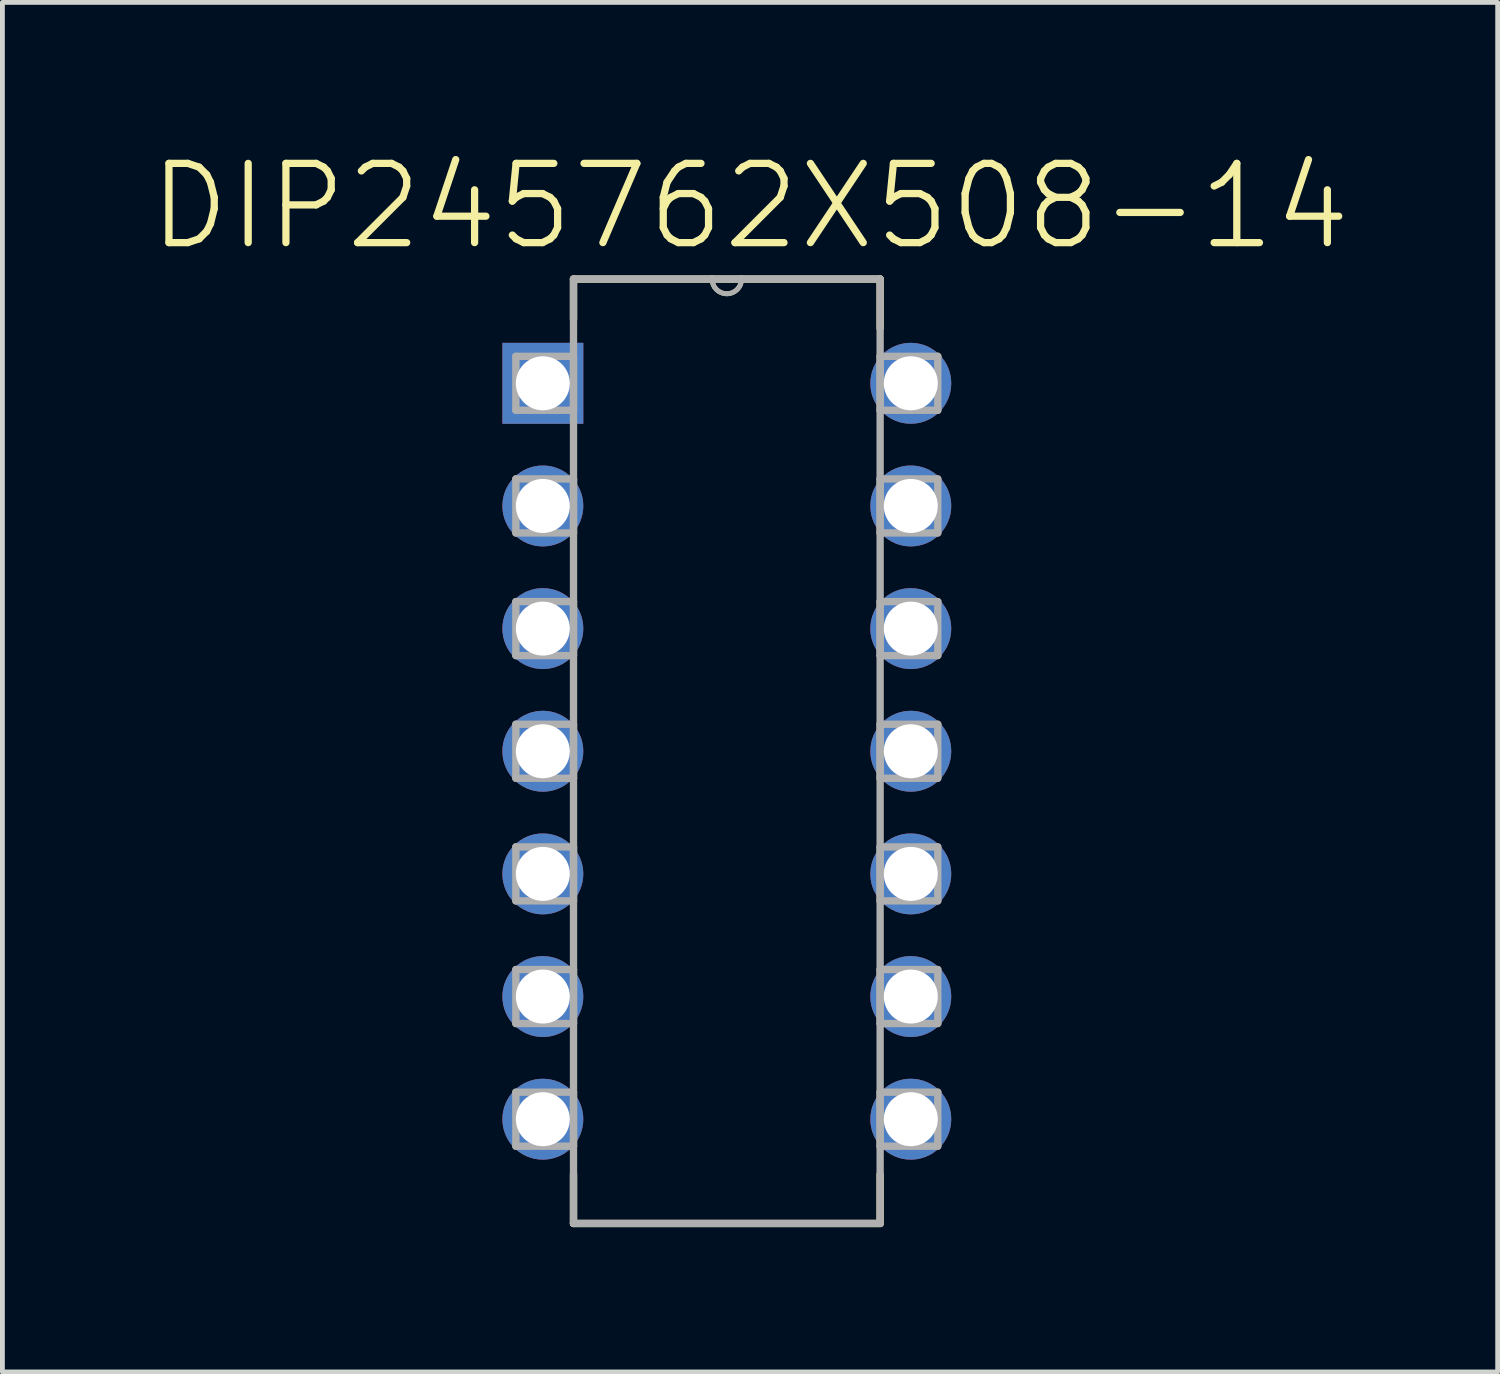
<source format=kicad_pcb>
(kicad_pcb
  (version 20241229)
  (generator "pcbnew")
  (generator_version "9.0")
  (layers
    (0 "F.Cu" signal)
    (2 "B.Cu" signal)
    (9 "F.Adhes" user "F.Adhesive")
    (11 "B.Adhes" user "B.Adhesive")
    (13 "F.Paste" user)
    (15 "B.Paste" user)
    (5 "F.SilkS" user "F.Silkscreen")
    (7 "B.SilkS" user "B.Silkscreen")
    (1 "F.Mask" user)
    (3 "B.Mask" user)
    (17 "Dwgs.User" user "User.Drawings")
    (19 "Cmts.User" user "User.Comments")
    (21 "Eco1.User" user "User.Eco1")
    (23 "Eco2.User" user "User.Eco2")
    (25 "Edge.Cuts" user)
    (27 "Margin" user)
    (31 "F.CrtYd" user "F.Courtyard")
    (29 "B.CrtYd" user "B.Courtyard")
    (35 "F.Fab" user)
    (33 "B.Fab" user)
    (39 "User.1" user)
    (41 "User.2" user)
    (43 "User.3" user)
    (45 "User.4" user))
  (footprint "DIP245762X508-14"
    (layer "F.Cu")
    (at 15.812 20.128)
    (property "Reference" "DIP245762X508-14" (at -3.329 -18.905 0) (layer "F.SilkS") (effects (font (size 1.641 1.641) (thickness 0.15))))
    (attr through_hole)
    (fp_line (start -6.985 -17.399) (end -6.985 -16.561) (stroke (width 0.152) (type solid)) (layer "F.SilkS"))
    (fp_line (start -6.985 1.143) (end -6.985 2.159) (stroke (width 0.152) (type solid)) (layer "F.SilkS"))
    (fp_line (start -6.985 2.159) (end -0.635 2.159) (stroke (width 0.152) (type solid)) (layer "F.SilkS"))
    (fp_line (start -4.115 -17.399) (end -6.985 -17.399) (stroke (width 0.152) (type solid)) (layer "F.SilkS"))
    (fp_line (start -3.505 -17.399) (end -4.115 -17.399) (stroke (width 0.152) (type solid)) (layer "F.SilkS"))
    (fp_line (start -0.635 -17.399) (end -3.505 -17.399) (stroke (width 0.152) (type solid)) (layer "F.SilkS"))
    (fp_line (start -0.635 -16.383) (end -0.635 -17.399) (stroke (width 0.152) (type solid)) (layer "F.SilkS"))
    (fp_line (start -0.635 2.159) (end -0.635 1.143) (stroke (width 0.152) (type solid)) (layer "F.SilkS"))
    (fp_arc (start -3.5052 -17.399) (mid -3.81 -17.0942) (end -4.1148 -17.399) (stroke (width 0.1) (type solid)) (layer "F.SilkS"))
    (fp_line (start -8.179 -15.799) (end -8.179 -14.681) (stroke (width 0.152) (type solid)) (layer "F.Fab"))
    (fp_line (start -8.179 -14.681) (end -6.985 -14.681) (stroke (width 0.152) (type solid)) (layer "F.Fab"))
    (fp_line (start -8.179 -13.259) (end -8.179 -12.141) (stroke (width 0.152) (type solid)) (layer "F.Fab"))
    (fp_line (start -8.179 -12.141) (end -6.985 -12.141) (stroke (width 0.152) (type solid)) (layer "F.Fab"))
    (fp_line (start -8.179 -10.719) (end -8.179 -9.601) (stroke (width 0.152) (type solid)) (layer "F.Fab"))
    (fp_line (start -8.179 -9.601) (end -6.985 -9.601) (stroke (width 0.152) (type solid)) (layer "F.Fab"))
    (fp_line (start -8.179 -8.179) (end -8.179 -7.061) (stroke (width 0.152) (type solid)) (layer "F.Fab"))
    (fp_line (start -8.179 -7.061) (end -6.985 -7.061) (stroke (width 0.152) (type solid)) (layer "F.Fab"))
    (fp_line (start -8.179 -5.639) (end -8.179 -4.521) (stroke (width 0.152) (type solid)) (layer "F.Fab"))
    (fp_line (start -8.179 -4.521) (end -6.985 -4.521) (stroke (width 0.152) (type solid)) (layer "F.Fab"))
    (fp_line (start -8.179 -3.099) (end -8.179 -1.981) (stroke (width 0.152) (type solid)) (layer "F.Fab"))
    (fp_line (start -8.179 -1.981) (end -6.985 -1.981) (stroke (width 0.152) (type solid)) (layer "F.Fab"))
    (fp_line (start -8.179 -0.559) (end -8.179 0.559) (stroke (width 0.152) (type solid)) (layer "F.Fab"))
    (fp_line (start -8.179 0.559) (end -6.985 0.559) (stroke (width 0.152) (type solid)) (layer "F.Fab"))
    (fp_line (start -6.985 -17.399) (end -6.985 2.159) (stroke (width 0.152) (type solid)) (layer "F.Fab"))
    (fp_line (start -6.985 -15.799) (end -8.179 -15.799) (stroke (width 0.152) (type solid)) (layer "F.Fab"))
    (fp_line (start -6.985 -14.681) (end -6.985 -15.799) (stroke (width 0.152) (type solid)) (layer "F.Fab"))
    (fp_line (start -6.985 -13.259) (end -8.179 -13.259) (stroke (width 0.152) (type solid)) (layer "F.Fab"))
    (fp_line (start -6.985 -12.141) (end -6.985 -13.259) (stroke (width 0.152) (type solid)) (layer "F.Fab"))
    (fp_line (start -6.985 -10.719) (end -8.179 -10.719) (stroke (width 0.152) (type solid)) (layer "F.Fab"))
    (fp_line (start -6.985 -9.601) (end -6.985 -10.719) (stroke (width 0.152) (type solid)) (layer "F.Fab"))
    (fp_line (start -6.985 -8.179) (end -8.179 -8.179) (stroke (width 0.152) (type solid)) (layer "F.Fab"))
    (fp_line (start -6.985 -7.061) (end -6.985 -8.179) (stroke (width 0.152) (type solid)) (layer "F.Fab"))
    (fp_line (start -6.985 -5.639) (end -8.179 -5.639) (stroke (width 0.152) (type solid)) (layer "F.Fab"))
    (fp_line (start -6.985 -4.521) (end -6.985 -5.639) (stroke (width 0.152) (type solid)) (layer "F.Fab"))
    (fp_line (start -6.985 -3.099) (end -8.179 -3.099) (stroke (width 0.152) (type solid)) (layer "F.Fab"))
    (fp_line (start -6.985 -1.981) (end -6.985 -3.099) (stroke (width 0.152) (type solid)) (layer "F.Fab"))
    (fp_line (start -6.985 -0.559) (end -8.179 -0.559) (stroke (width 0.152) (type solid)) (layer "F.Fab"))
    (fp_line (start -6.985 0.559) (end -6.985 -0.559) (stroke (width 0.152) (type solid)) (layer "F.Fab"))
    (fp_line (start -6.985 2.159) (end -0.635 2.159) (stroke (width 0.152) (type solid)) (layer "F.Fab"))
    (fp_line (start -4.115 -17.399) (end -6.985 -17.399) (stroke (width 0.152) (type solid)) (layer "F.Fab"))
    (fp_line (start -3.505 -17.399) (end -4.115 -17.399) (stroke (width 0.152) (type solid)) (layer "F.Fab"))
    (fp_line (start -0.635 -17.399) (end -3.505 -17.399) (stroke (width 0.152) (type solid)) (layer "F.Fab"))
    (fp_line (start -0.635 -15.799) (end -0.635 -14.681) (stroke (width 0.152) (type solid)) (layer "F.Fab"))
    (fp_line (start -0.635 -14.681) (end 0.559 -14.681) (stroke (width 0.152) (type solid)) (layer "F.Fab"))
    (fp_line (start -0.635 -13.259) (end -0.635 -12.141) (stroke (width 0.152) (type solid)) (layer "F.Fab"))
    (fp_line (start -0.635 -12.141) (end 0.559 -12.141) (stroke (width 0.152) (type solid)) (layer "F.Fab"))
    (fp_line (start -0.635 -10.719) (end -0.635 -9.601) (stroke (width 0.152) (type solid)) (layer "F.Fab"))
    (fp_line (start -0.635 -9.601) (end 0.559 -9.601) (stroke (width 0.152) (type solid)) (layer "F.Fab"))
    (fp_line (start -0.635 -8.179) (end -0.635 -7.061) (stroke (width 0.152) (type solid)) (layer "F.Fab"))
    (fp_line (start -0.635 -7.061) (end 0.559 -7.061) (stroke (width 0.152) (type solid)) (layer "F.Fab"))
    (fp_line (start -0.635 -5.639) (end -0.635 -4.521) (stroke (width 0.152) (type solid)) (layer "F.Fab"))
    (fp_line (start -0.635 -4.521) (end 0.559 -4.521) (stroke (width 0.152) (type solid)) (layer "F.Fab"))
    (fp_line (start -0.635 -3.099) (end -0.635 -1.981) (stroke (width 0.152) (type solid)) (layer "F.Fab"))
    (fp_line (start -0.635 -1.981) (end 0.559 -1.981) (stroke (width 0.152) (type solid)) (layer "F.Fab"))
    (fp_line (start -0.635 -0.559) (end -0.635 0.559) (stroke (width 0.152) (type solid)) (layer "F.Fab"))
    (fp_line (start -0.635 0.559) (end 0.559 0.559) (stroke (width 0.152) (type solid)) (layer "F.Fab"))
    (fp_line (start -0.635 2.159) (end -0.635 -17.399) (stroke (width 0.152) (type solid)) (layer "F.Fab"))
    (fp_line (start 0.559 -15.799) (end -0.635 -15.799) (stroke (width 0.152) (type solid)) (layer "F.Fab"))
    (fp_line (start 0.559 -14.681) (end 0.559 -15.799) (stroke (width 0.152) (type solid)) (layer "F.Fab"))
    (fp_line (start 0.559 -13.259) (end -0.635 -13.259) (stroke (width 0.152) (type solid)) (layer "F.Fab"))
    (fp_line (start 0.559 -12.141) (end 0.559 -13.259) (stroke (width 0.152) (type solid)) (layer "F.Fab"))
    (fp_line (start 0.559 -10.719) (end -0.635 -10.719) (stroke (width 0.152) (type solid)) (layer "F.Fab"))
    (fp_line (start 0.559 -9.601) (end 0.559 -10.719) (stroke (width 0.152) (type solid)) (layer "F.Fab"))
    (fp_line (start 0.559 -8.179) (end -0.635 -8.179) (stroke (width 0.152) (type solid)) (layer "F.Fab"))
    (fp_line (start 0.559 -7.061) (end 0.559 -8.179) (stroke (width 0.152) (type solid)) (layer "F.Fab"))
    (fp_line (start 0.559 -5.639) (end -0.635 -5.639) (stroke (width 0.152) (type solid)) (layer "F.Fab"))
    (fp_line (start 0.559 -4.521) (end 0.559 -5.639) (stroke (width 0.152) (type solid)) (layer "F.Fab"))
    (fp_line (start 0.559 -3.099) (end -0.635 -3.099) (stroke (width 0.152) (type solid)) (layer "F.Fab"))
    (fp_line (start 0.559 -1.981) (end 0.559 -3.099) (stroke (width 0.152) (type solid)) (layer "F.Fab"))
    (fp_line (start 0.559 -0.559) (end -0.635 -0.559) (stroke (width 0.152) (type solid)) (layer "F.Fab"))
    (fp_line (start 0.559 0.559) (end 0.559 -0.559) (stroke (width 0.152) (type solid)) (layer "F.Fab"))
    (fp_arc (start -3.5052 -17.399) (mid -3.81 -17.0942) (end -4.1148 -17.399) (stroke (width 0.1) (type solid)) (layer "F.Fab"))
    (pad "1" thru_hole rect (at -7.62 -15.24) (size 1.676 1.676) (drill 1.118) (layers "*.Cu" "*.Mask"))
    (pad "2" thru_hole circle (at -7.62 -12.7) (size 1.676 1.676) (drill 1.118) (layers "*.Cu" "*.Mask"))
    (pad "3" thru_hole circle (at -7.62 -10.16) (size 1.676 1.676) (drill 1.118) (layers "*.Cu" "*.Mask"))
    (pad "4" thru_hole circle (at -7.62 -7.62) (size 1.676 1.676) (drill 1.118) (layers "*.Cu" "*.Mask"))
    (pad "5" thru_hole circle (at -7.62 -5.08) (size 1.676 1.676) (drill 1.118) (layers "*.Cu" "*.Mask"))
    (pad "6" thru_hole circle (at -7.62 -2.54) (size 1.676 1.676) (drill 1.118) (layers "*.Cu" "*.Mask"))
    (pad "7" thru_hole circle (at -7.62 0) (size 1.676 1.676) (drill 1.118) (layers "*.Cu" "*.Mask"))
    (pad "8" thru_hole circle (at 0 0) (size 1.676 1.676) (drill 1.118) (layers "*.Cu" "*.Mask"))
    (pad "9" thru_hole circle (at 0 -2.54) (size 1.676 1.676) (drill 1.118) (layers "*.Cu" "*.Mask"))
    (pad "10" thru_hole circle (at 0 -5.08) (size 1.676 1.676) (drill 1.118) (layers "*.Cu" "*.Mask"))
    (pad "11" thru_hole circle (at 0 -7.62) (size 1.676 1.676) (drill 1.118) (layers "*.Cu" "*.Mask"))
    (pad "12" thru_hole circle (at 0 -10.16) (size 1.676 1.676) (drill 1.118) (layers "*.Cu" "*.Mask"))
    (pad "13" thru_hole circle (at 0 -12.7) (size 1.676 1.676) (drill 1.118) (layers "*.Cu" "*.Mask"))
    (pad "14" thru_hole circle (at 0 -15.24) (size 1.676 1.676) (drill 1.118) (layers "*.Cu" "*.Mask")))
  (gr_rect
    (start -3 -3)
    (end 27.966 25.363)
    (stroke (width 0.1) (type default))
    (fill no)
    (layer "Edge.Cuts")))
</source>
